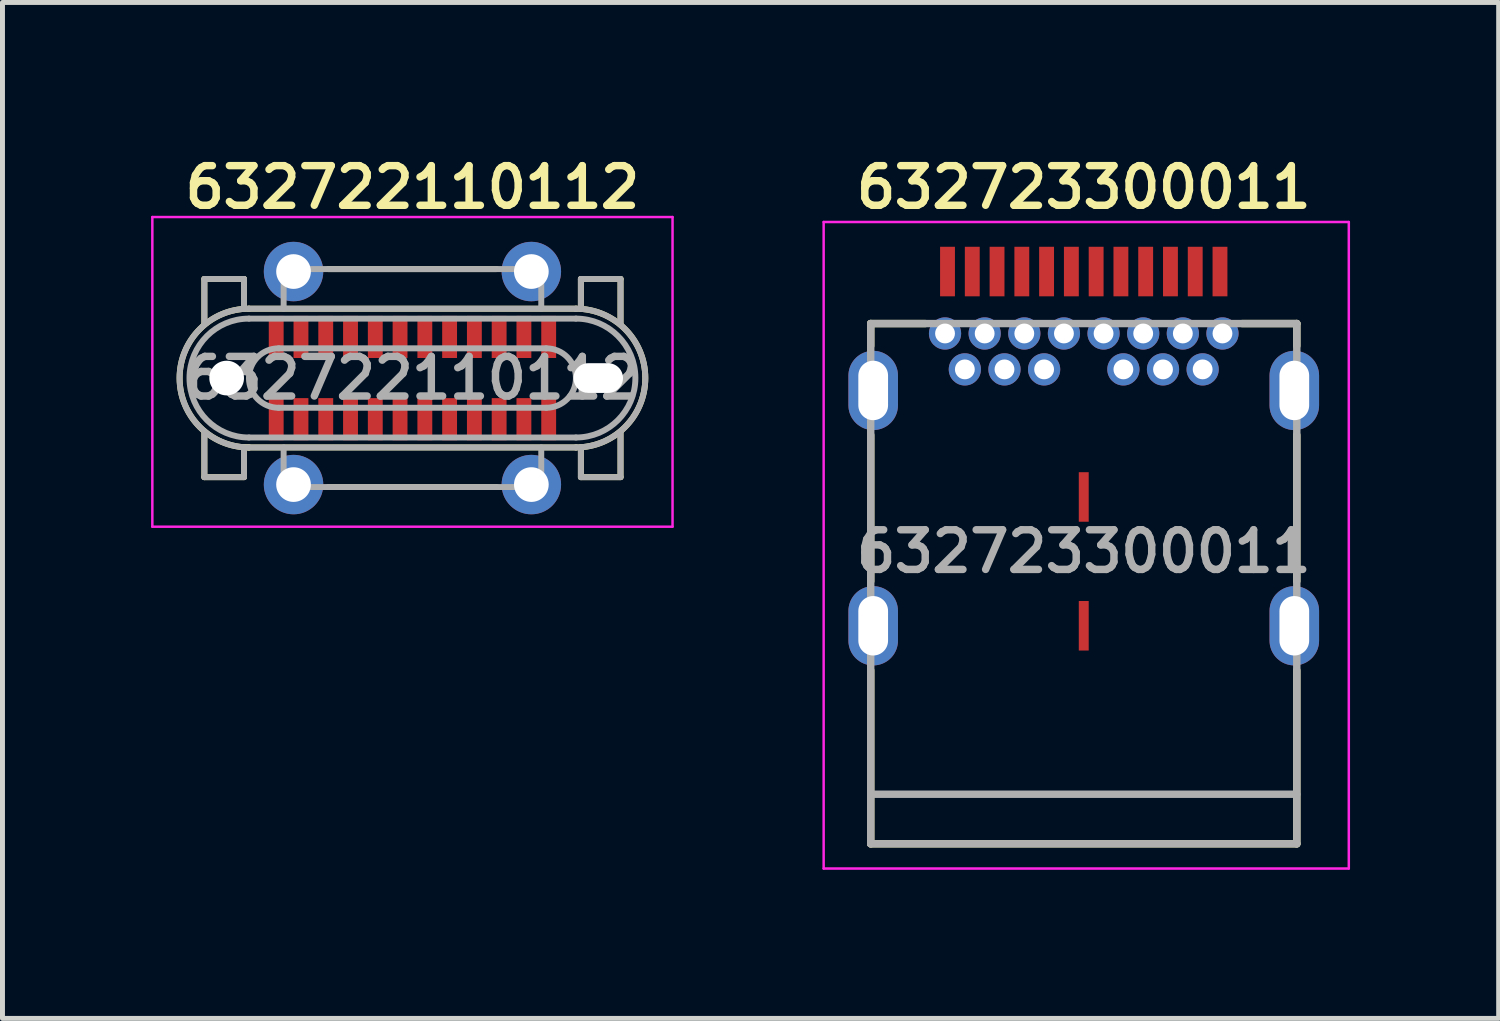
<source format=kicad_pcb>
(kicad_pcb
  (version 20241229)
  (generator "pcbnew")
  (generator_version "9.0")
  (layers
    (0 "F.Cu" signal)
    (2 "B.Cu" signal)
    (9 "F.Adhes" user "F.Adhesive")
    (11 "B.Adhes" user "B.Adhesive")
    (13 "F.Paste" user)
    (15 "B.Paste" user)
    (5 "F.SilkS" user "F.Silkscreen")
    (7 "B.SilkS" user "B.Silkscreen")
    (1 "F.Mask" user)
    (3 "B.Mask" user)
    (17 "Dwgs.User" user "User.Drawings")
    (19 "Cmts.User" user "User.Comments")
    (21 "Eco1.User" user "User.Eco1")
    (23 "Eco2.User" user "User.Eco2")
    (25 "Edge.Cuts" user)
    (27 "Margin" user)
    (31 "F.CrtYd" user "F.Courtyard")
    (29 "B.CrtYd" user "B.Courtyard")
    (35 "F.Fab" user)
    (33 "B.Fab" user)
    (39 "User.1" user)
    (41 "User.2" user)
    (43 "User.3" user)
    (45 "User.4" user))
  (footprint "632722110112"
    (layer "F.Cu")
    (at 5.275 4.581)
    (property "Reference" "632722110112" (at 0 -3.85 0) (layer "F.SilkS") (effects (font (size 0.8 0.8) (thickness 0.15))))
    (attr smd)
    (fp_line (start -4.2 -2) (end -4.2 -1.1) (stroke (width 0.12) (type solid)) (layer "F.SilkS"))
    (fp_line (start -4.2 2) (end -4.2 1.1) (stroke (width 0.12) (type solid)) (layer "F.SilkS"))
    (fp_line (start -3.4 -2) (end -4.2 -2) (stroke (width 0.12) (type solid)) (layer "F.SilkS"))
    (fp_line (start -3.4 -1.4) (end -3.4 -2) (stroke (width 0.12) (type solid)) (layer "F.SilkS"))
    (fp_line (start -3.4 1.4) (end -3.4 2) (stroke (width 0.12) (type solid)) (layer "F.SilkS"))
    (fp_line (start -3.4 2) (end -4.2 2) (stroke (width 0.12) (type solid)) (layer "F.SilkS"))
    (fp_line (start -3.3 1.4) (end -3.4 1.4) (stroke (width 0.12) (type solid)) (layer "F.SilkS"))
    (fp_line (start -1.7 -2.2) (end 1.7 -2.2) (stroke (width 0.12) (type solid)) (layer "F.SilkS"))
    (fp_line (start -1.7 2.2) (end 1.7 2.2) (stroke (width 0.12) (type solid)) (layer "F.SilkS"))
    (fp_line (start 3.3 -1.4) (end -3.3 -1.4) (stroke (width 0.12) (type solid)) (layer "F.SilkS"))
    (fp_line (start 3.3 1.4) (end -3.3 1.4) (stroke (width 0.12) (type solid)) (layer "F.SilkS"))
    (fp_line (start 3.4 -2) (end 4.2 -2) (stroke (width 0.12) (type solid)) (layer "F.SilkS"))
    (fp_line (start 3.4 -1.4) (end 3.4 -2) (stroke (width 0.12) (type solid)) (layer "F.SilkS"))
    (fp_line (start 3.4 1.4) (end 3.4 2) (stroke (width 0.12) (type solid)) (layer "F.SilkS"))
    (fp_line (start 3.4 2) (end 4.2 2) (stroke (width 0.12) (type solid)) (layer "F.SilkS"))
    (fp_line (start 4.2 -2) (end 4.2 -1.1) (stroke (width 0.12) (type solid)) (layer "F.SilkS"))
    (fp_line (start 4.2 2) (end 4.2 1.1) (stroke (width 0.12) (type solid)) (layer "F.SilkS"))
    (fp_arc (start -3.3 1.4) (mid -4.7 0) (end -3.3 -1.4) (stroke (width 0.12) (type solid)) (layer "F.SilkS"))
    (fp_arc (start 3.3 -1.4) (mid 4.7 0) (end 3.3 1.4) (stroke (width 0.12) (type solid)) (layer "F.SilkS"))
    (fp_line (start -5.25 -3.25) (end 5.25 -3.25) (stroke (width 0.05) (type solid)) (layer "F.CrtYd"))
    (fp_line (start -5.25 3) (end -5.25 -3.25) (stroke (width 0.05) (type solid)) (layer "F.CrtYd"))
    (fp_line (start 5.25 -3.25) (end 5.25 3) (stroke (width 0.05) (type solid)) (layer "F.CrtYd"))
    (fp_line (start 5.25 3) (end -5.25 3) (stroke (width 0.05) (type solid)) (layer "F.CrtYd"))
    (fp_line (start -4.2 -2) (end -3.4 -2) (stroke (width 0.12) (type solid)) (layer "F.Fab"))
    (fp_line (start -4.2 -1.1) (end -4.2 -2) (stroke (width 0.12) (type solid)) (layer "F.Fab"))
    (fp_line (start -4.2 1.1) (end -4.2 2) (stroke (width 0.12) (type solid)) (layer "F.Fab"))
    (fp_line (start -4.2 2) (end -3.4 2) (stroke (width 0.12) (type solid)) (layer "F.Fab"))
    (fp_line (start -3.4 -2) (end -3.4 -1.4) (stroke (width 0.12) (type solid)) (layer "F.Fab"))
    (fp_line (start -3.4 2) (end -3.4 1.4) (stroke (width 0.12) (type solid)) (layer "F.Fab"))
    (fp_line (start -3.3 -1.2) (end 3.3 -1.2) (stroke (width 0.12) (type solid)) (layer "F.Fab"))
    (fp_line (start -3.3 1.2) (end 3.3 1.2) (stroke (width 0.12) (type solid)) (layer "F.Fab"))
    (fp_line (start -3.3 1.4) (end 3.3 1.4) (stroke (width 0.12) (type solid)) (layer "F.Fab"))
    (fp_line (start -2.7 -0.6) (end 2.7 -0.6) (stroke (width 0.12) (type solid)) (layer "F.Fab"))
    (fp_line (start -2.6 -2.2) (end 2.6 -2.2) (stroke (width 0.12) (type solid)) (layer "F.Fab"))
    (fp_line (start -2.6 -1.4) (end -2.6 -2.2) (stroke (width 0.12) (type solid)) (layer "F.Fab"))
    (fp_line (start -2.6 1.4) (end -2.6 2.2) (stroke (width 0.12) (type solid)) (layer "F.Fab"))
    (fp_line (start -2.6 2.2) (end 2.6 2.2) (stroke (width 0.12) (type solid)) (layer "F.Fab"))
    (fp_line (start 2.6 -2.2) (end 2.6 -1.4) (stroke (width 0.12) (type solid)) (layer "F.Fab"))
    (fp_line (start 2.6 2.2) (end 2.6 1.4) (stroke (width 0.12) (type solid)) (layer "F.Fab"))
    (fp_line (start 2.7 0.6) (end -2.7 0.6) (stroke (width 0.12) (type solid)) (layer "F.Fab"))
    (fp_line (start 3.3 -1.4) (end -3.3 -1.4) (stroke (width 0.12) (type solid)) (layer "F.Fab"))
    (fp_line (start 3.4 -2) (end 3.4 -1.4) (stroke (width 0.12) (type solid)) (layer "F.Fab"))
    (fp_line (start 3.4 2) (end 3.4 1.4) (stroke (width 0.12) (type solid)) (layer "F.Fab"))
    (fp_line (start 4.2 -2) (end 3.4 -2) (stroke (width 0.12) (type solid)) (layer "F.Fab"))
    (fp_line (start 4.2 -1.1) (end 4.2 -2) (stroke (width 0.12) (type solid)) (layer "F.Fab"))
    (fp_line (start 4.2 1.1) (end 4.2 2) (stroke (width 0.12) (type solid)) (layer "F.Fab"))
    (fp_line (start 4.2 2) (end 3.4 2) (stroke (width 0.12) (type solid)) (layer "F.Fab"))
    (fp_arc (start -3.3 1.2) (mid -4.5 0) (end -3.3 -1.2) (stroke (width 0.12) (type solid)) (layer "F.Fab"))
    (fp_arc (start -3.3 1.4) (mid -4.7 0) (end -3.3 -1.4) (stroke (width 0.12) (type solid)) (layer "F.Fab"))
    (fp_arc (start -2.7 0.6) (mid -3.3 0) (end -2.7 -0.6) (stroke (width 0.12) (type solid)) (layer "F.Fab"))
    (fp_arc (start 2.7 -0.6) (mid 3.3 0) (end 2.7 0.6) (stroke (width 0.12) (type solid)) (layer "F.Fab"))
    (fp_arc (start 3.3 -1.4) (mid 4.7 0) (end 3.3 1.4) (stroke (width 0.12) (type solid)) (layer "F.Fab"))
    (fp_arc (start 3.3 -1.2) (mid 4.5 0) (end 3.3 1.2) (stroke (width 0.12) (type solid)) (layer "F.Fab"))
    (fp_text user "${REFERENCE}" (at 0 0 0) (layer "F.Fab") (effects (font (size 0.8 0.8) (thickness 0.15))))
    (pad "" np_thru_hole circle (at -3.75 0) (size 0.7 0.7) (drill 0.7) (layers "*.Cu" "*.Mask"))
    (pad "" np_thru_hole oval (at 3.75 0) (size 1 0.6) (drill oval 1 0.6) (layers "*.Cu" "*.Mask"))
    (pad "A1" smd rect (at -2.75 -0.83) (size 0.3 0.85) (layers "F.Cu" "F.Mask" "F.Paste"))
    (pad "A2" smd rect (at -2.25 -0.83) (size 0.3 0.85) (layers "F.Cu" "F.Mask" "F.Paste"))
    (pad "A3" smd rect (at -1.75 -0.83) (size 0.3 0.85) (layers "F.Cu" "F.Mask" "F.Paste"))
    (pad "A4" smd rect (at -1.25 -0.83) (size 0.3 0.85) (layers "F.Cu" "F.Mask" "F.Paste"))
    (pad "A5" smd rect (at -0.75 -0.83) (size 0.3 0.85) (layers "F.Cu" "F.Mask" "F.Paste"))
    (pad "A6" smd rect (at -0.25 -0.83) (size 0.3 0.85) (layers "F.Cu" "F.Mask" "F.Paste"))
    (pad "A7" smd rect (at 0.25 -0.83) (size 0.3 0.85) (layers "F.Cu" "F.Mask" "F.Paste"))
    (pad "A8" smd rect (at 0.75 -0.83) (size 0.3 0.85) (layers "F.Cu" "F.Mask" "F.Paste"))
    (pad "A9" smd rect (at 1.25 -0.83) (size 0.3 0.85) (layers "F.Cu" "F.Mask" "F.Paste"))
    (pad "A10" smd rect (at 1.75 -0.83) (size 0.3 0.85) (layers "F.Cu" "F.Mask" "F.Paste"))
    (pad "A11" smd rect (at 2.25 -0.83) (size 0.3 0.85) (layers "F.Cu" "F.Mask" "F.Paste"))
    (pad "A12" smd rect (at 2.75 -0.83) (size 0.3 0.85) (layers "F.Cu" "F.Mask" "F.Paste"))
    (pad "B1" smd rect (at 2.75 0.83) (size 0.3 0.85) (layers "F.Cu" "F.Mask" "F.Paste"))
    (pad "B2" smd rect (at 2.25 0.83) (size 0.3 0.85) (layers "F.Cu" "F.Mask" "F.Paste"))
    (pad "B3" smd rect (at 1.75 0.83) (size 0.3 0.85) (layers "F.Cu" "F.Mask" "F.Paste"))
    (pad "B4" smd rect (at 1.25 0.83) (size 0.3 0.85) (layers "F.Cu" "F.Mask" "F.Paste"))
    (pad "B5" smd rect (at 0.75 0.83) (size 0.3 0.85) (layers "F.Cu" "F.Mask" "F.Paste"))
    (pad "B6" smd rect (at 0.25 0.83) (size 0.3 0.85) (layers "F.Cu" "F.Mask" "F.Paste"))
    (pad "B7" smd rect (at -0.25 0.83) (size 0.3 0.85) (layers "F.Cu" "F.Mask" "F.Paste"))
    (pad "B8" smd rect (at -0.75 0.83) (size 0.3 0.85) (layers "F.Cu" "F.Mask" "F.Paste"))
    (pad "B9" smd rect (at -1.25 0.83) (size 0.3 0.85) (layers "F.Cu" "F.Mask" "F.Paste"))
    (pad "B10" smd rect (at -1.75 0.83) (size 0.3 0.85) (layers "F.Cu" "F.Mask" "F.Paste"))
    (pad "B11" smd rect (at -2.25 0.83) (size 0.3 0.85) (layers "F.Cu" "F.Mask" "F.Paste"))
    (pad "B12" smd rect (at -2.75 0.83) (size 0.3 0.85) (layers "F.Cu" "F.Mask" "F.Paste"))
    (pad "S1" thru_hole circle (at -2.4 -2.15) (size 1.2 1.2) (drill 0.7) (layers "*.Cu" "*.Mask"))
    (pad "S1" thru_hole circle (at -2.4 2.15) (size 1.2 1.2) (drill 0.7) (layers "*.Cu" "*.Mask"))
    (pad "S1" thru_hole circle (at 2.4 -2.15) (size 1.2 1.2) (drill 0.7) (layers "*.Cu" "*.Mask"))
    (pad "S1" thru_hole circle (at 2.4 2.15) (size 1.2 1.2) (drill 0.7) (layers "*.Cu" "*.Mask")))
  (footprint "632723300011"
    (layer "F.Cu")
    (at 18.825 8.081)
    (property "Reference" "632723300011" (at 0 -7.35 0) (layer "F.SilkS") (effects (font (size 0.8 0.8) (thickness 0.15))))
    (attr smd)
    (fp_line (start -4.3 -4.6) (end -4.3 -4.15) (stroke (width 0.15) (type solid)) (layer "F.SilkS"))
    (fp_line (start -4.3 -2.35) (end -4.3 0.6) (stroke (width 0.15) (type solid)) (layer "F.SilkS"))
    (fp_line (start -4.3 5.9) (end -4.3 2.4) (stroke (width 0.15) (type solid)) (layer "F.SilkS"))
    (fp_line (start -4.3 5.9) (end 4.3 5.9) (stroke (width 0.15) (type solid)) (layer "F.SilkS"))
    (fp_line (start -3.2 -4.6) (end -4.3 -4.6) (stroke (width 0.15) (type solid)) (layer "F.SilkS"))
    (fp_line (start 4.3 -4.6) (end 3.2 -4.6) (stroke (width 0.15) (type solid)) (layer "F.SilkS"))
    (fp_line (start 4.3 -4.6) (end 4.3 -4.15) (stroke (width 0.15) (type solid)) (layer "F.SilkS"))
    (fp_line (start 4.3 0.6) (end 4.3 -2.35) (stroke (width 0.15) (type solid)) (layer "F.SilkS"))
    (fp_line (start 4.3 2.4) (end 4.3 5.9) (stroke (width 0.15) (type solid)) (layer "F.SilkS"))
    (fp_line (start -5.25 -6.65) (end -5.25 6.4) (stroke (width 0.05) (type solid)) (layer "F.CrtYd"))
    (fp_line (start -5.25 6.4) (end 5.35 6.4) (stroke (width 0.05) (type solid)) (layer "F.CrtYd"))
    (fp_line (start 5.35 -6.65) (end -5.25 -6.65) (stroke (width 0.05) (type solid)) (layer "F.CrtYd"))
    (fp_line (start 5.35 6.4) (end 5.35 -6.65) (stroke (width 0.05) (type solid)) (layer "F.CrtYd"))
    (fp_line (start -4.3 -4.6) (end -4.3 5.9) (stroke (width 0.15) (type solid)) (layer "F.Fab"))
    (fp_line (start -4.3 5.9) (end 4.3 5.9) (stroke (width 0.15) (type solid)) (layer "F.Fab"))
    (fp_line (start 4.3 -4.6) (end -4.3 -4.6) (stroke (width 0.15) (type solid)) (layer "F.Fab"))
    (fp_line (start 4.3 4.9) (end -4.3 4.9) (stroke (width 0.15) (type solid)) (layer "F.Fab"))
    (fp_line (start 4.3 5.9) (end 4.3 -4.6) (stroke (width 0.15) (type solid)) (layer "F.Fab"))
    (fp_text user "${REFERENCE}" (at 0 0 0) (layer "F.Fab") (effects (font (size 0.8 0.8) (thickness 0.15))))
    (pad "" smd rect (at 0 -1.1) (size 0.2 1) (layers "F.Cu" "F.Mask" "F.Paste"))
    (pad "" smd rect (at 0 1.5) (size 0.2 1) (layers "F.Cu" "F.Mask" "F.Paste"))
    (pad "A1" smd rect (at -2.75 -5.65) (size 0.3 1) (layers "F.Cu" "F.Mask" "F.Paste"))
    (pad "A2" smd rect (at -2.25 -5.65) (size 0.3 1) (layers "F.Cu" "F.Mask" "F.Paste"))
    (pad "A3" smd rect (at -1.75 -5.65) (size 0.3 1) (layers "F.Cu" "F.Mask" "F.Paste"))
    (pad "A4" smd rect (at -1.25 -5.65) (size 0.3 1) (layers "F.Cu" "F.Mask" "F.Paste"))
    (pad "A5" smd rect (at -0.75 -5.65) (size 0.3 1) (layers "F.Cu" "F.Mask" "F.Paste"))
    (pad "A6" smd rect (at -0.25 -5.65) (size 0.3 1) (layers "F.Cu" "F.Mask" "F.Paste"))
    (pad "A7" smd rect (at 0.25 -5.65) (size 0.3 1) (layers "F.Cu" "F.Mask" "F.Paste"))
    (pad "A8" smd rect (at 0.75 -5.65) (size 0.3 1) (layers "F.Cu" "F.Mask" "F.Paste"))
    (pad "A9" smd rect (at 1.25 -5.65) (size 0.3 1) (layers "F.Cu" "F.Mask" "F.Paste"))
    (pad "A10" smd rect (at 1.75 -5.65) (size 0.3 1) (layers "F.Cu" "F.Mask" "F.Paste"))
    (pad "A11" smd rect (at 2.25 -5.65) (size 0.3 1) (layers "F.Cu" "F.Mask" "F.Paste"))
    (pad "A12" smd rect (at 2.75 -5.65) (size 0.3 1) (layers "F.Cu" "F.Mask" "F.Paste"))
    (pad "B1" thru_hole circle (at 2.8 -4.4) (size 0.65 0.65) (drill 0.4) (layers "*.Cu" "*.Mask"))
    (pad "B2" thru_hole circle (at 2.4 -3.675) (size 0.65 0.65) (drill 0.4) (layers "*.Cu" "*.Mask"))
    (pad "B3" thru_hole circle (at 1.6 -3.675) (size 0.65 0.65) (drill 0.4) (layers "*.Cu" "*.Mask"))
    (pad "B4" thru_hole circle (at 1.2 -4.4) (size 0.65 0.65) (drill 0.4) (layers "*.Cu" "*.Mask"))
    (pad "B5" thru_hole circle (at 0.8 -3.675) (size 0.65 0.65) (drill 0.4) (layers "*.Cu" "*.Mask"))
    (pad "B6" thru_hole circle (at 0.4 -4.4) (size 0.65 0.65) (drill 0.4) (layers "*.Cu" "*.Mask"))
    (pad "B7" thru_hole circle (at -0.4 -4.4) (size 0.65 0.65) (drill 0.4) (layers "*.Cu" "*.Mask"))
    (pad "B8" thru_hole circle (at -0.8 -3.675) (size 0.65 0.65) (drill 0.4) (layers "*.Cu" "*.Mask"))
    (pad "B9" thru_hole circle (at -1.2 -4.4) (size 0.65 0.65) (drill 0.4) (layers "*.Cu" "*.Mask"))
    (pad "B10" thru_hole circle (at -1.6 -3.675) (size 0.65 0.65) (drill 0.4) (layers "*.Cu" "*.Mask"))
    (pad "B11" thru_hole circle (at -2.4 -3.675) (size 0.65 0.65) (drill 0.4) (layers "*.Cu" "*.Mask"))
    (pad "B12" thru_hole circle (at -2.8 -4.4) (size 0.65 0.65) (drill 0.4) (layers "*.Cu" "*.Mask"))
    (pad "S1" thru_hole oval (at -4.25 -3.25) (size 1 1.6) (drill oval 0.6 1.2) (layers "*.Cu" "*.Mask"))
    (pad "S1" thru_hole oval (at -4.25 1.5) (size 1 1.6) (drill oval 0.6 1.2) (layers "*.Cu" "*.Mask"))
    (pad "S1" thru_hole circle (at -2 -4.4) (size 0.65 0.65) (drill 0.4) (layers "*.Cu" "*.Mask"))
    (pad "S1" thru_hole circle (at 2 -4.4) (size 0.65 0.65) (drill 0.4) (layers "*.Cu" "*.Mask"))
    (pad "S1" thru_hole oval (at 4.25 -3.25) (size 1 1.6) (drill oval 0.6 1.2) (layers "*.Cu" "*.Mask"))
    (pad "S1" thru_hole oval (at 4.25 1.5) (size 1 1.6) (drill oval 0.6 1.2) (layers "*.Cu" "*.Mask")))
  (gr_rect
    (start -3 -3)
    (end 27.2 17.506)
    (stroke (width 0.1) (type default))
    (fill no)
    (layer "Edge.Cuts")))
</source>
